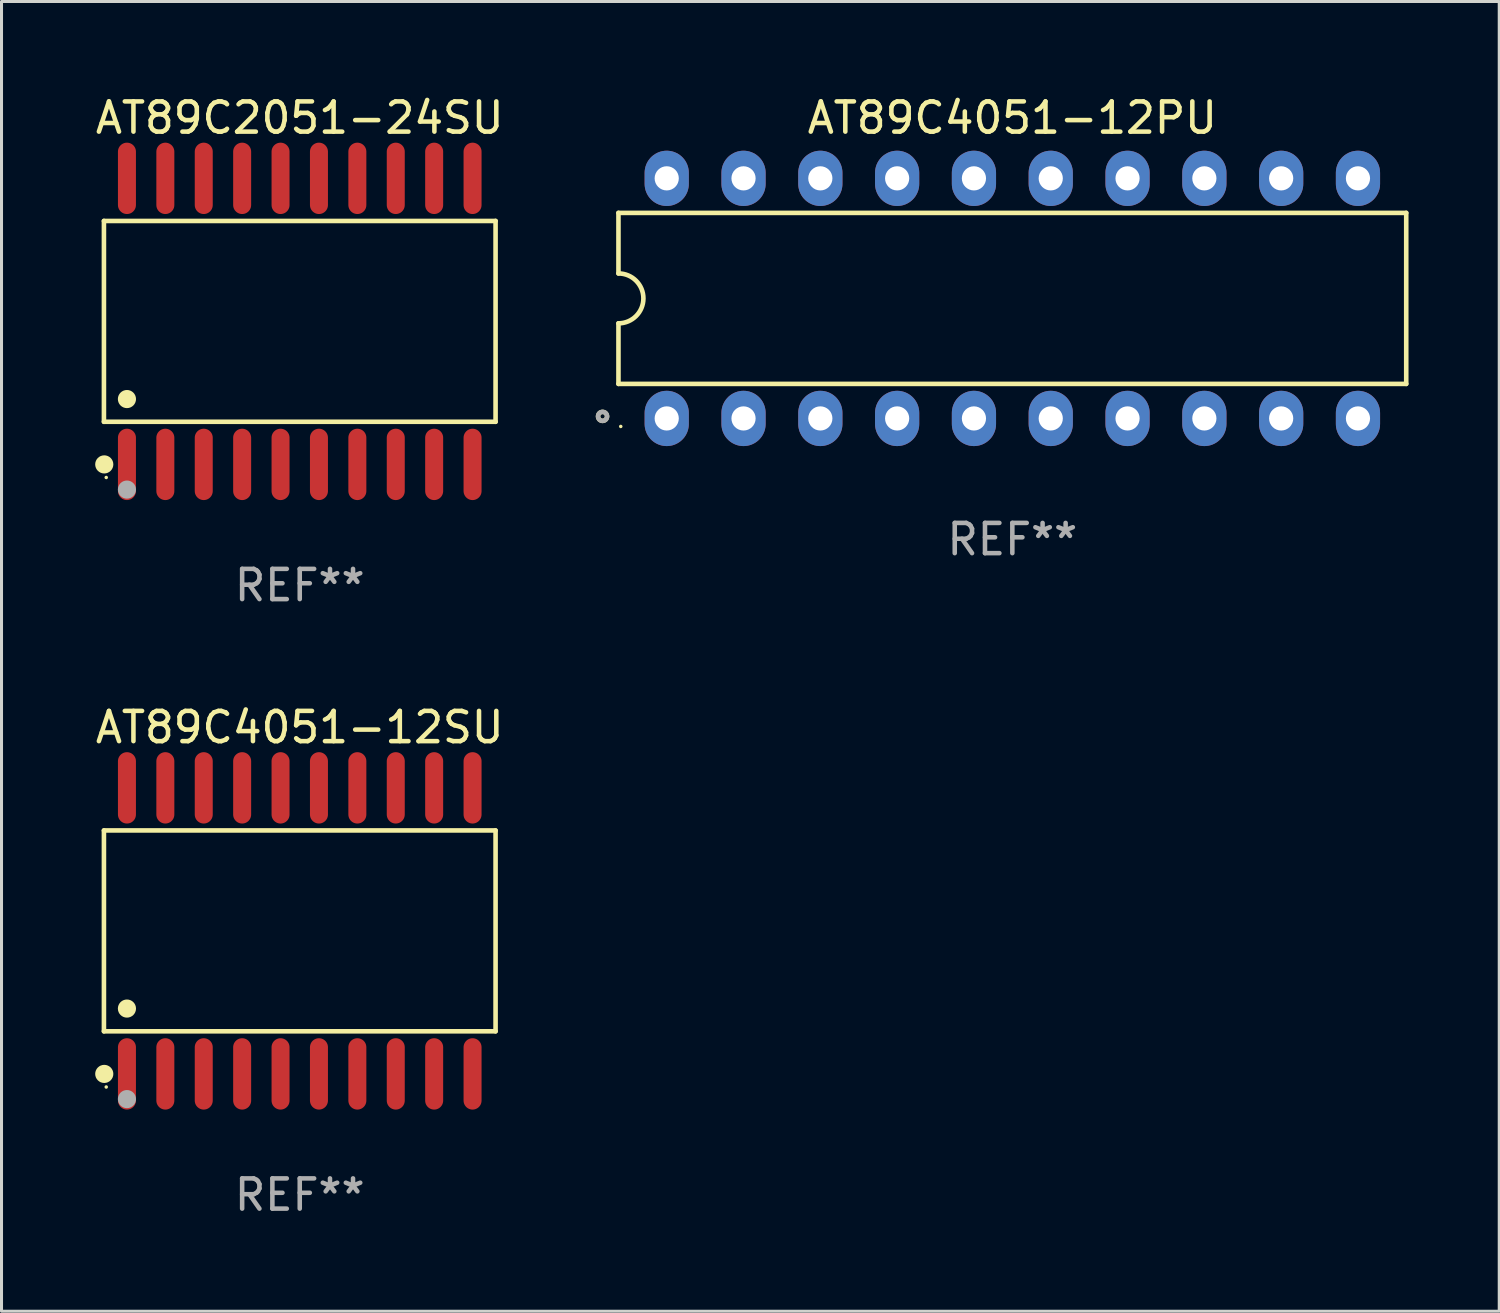
<source format=kicad_pcb>
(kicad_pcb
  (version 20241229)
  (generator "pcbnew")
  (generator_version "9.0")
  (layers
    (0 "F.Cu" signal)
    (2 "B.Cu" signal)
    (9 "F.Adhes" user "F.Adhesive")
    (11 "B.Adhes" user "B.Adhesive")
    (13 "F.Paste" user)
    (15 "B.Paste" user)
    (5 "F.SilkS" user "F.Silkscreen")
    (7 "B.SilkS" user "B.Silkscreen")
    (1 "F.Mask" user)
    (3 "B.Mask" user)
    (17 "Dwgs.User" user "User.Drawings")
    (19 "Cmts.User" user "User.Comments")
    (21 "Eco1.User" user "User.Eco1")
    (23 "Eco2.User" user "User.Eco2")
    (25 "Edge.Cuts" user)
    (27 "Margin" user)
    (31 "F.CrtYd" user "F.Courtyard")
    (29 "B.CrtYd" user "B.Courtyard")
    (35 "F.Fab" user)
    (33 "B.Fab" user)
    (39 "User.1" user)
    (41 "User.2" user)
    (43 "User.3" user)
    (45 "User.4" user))
  (footprint "AT89C4051-12PU"
    (layer "F.Cu")
    (at 30.429 6.818)
    (property "Reference" "AT89C4051-12PU" (at 0 -5.97 0) (layer "F.SilkS") (effects (font (size 1 1) (thickness 0.15))))
    (attr through_hole)
    (fp_line (start -13.026 -2.828) (end -13.026 -0.825) (stroke (width 0.152) (type solid)) (layer "F.SilkS"))
    (fp_line (start -13.026 0.825) (end -13.026 2.828) (stroke (width 0.152) (type solid)) (layer "F.SilkS"))
    (fp_line (start -13.026 2.828) (end 13.026 2.828) (stroke (width 0.152) (type solid)) (layer "F.SilkS"))
    (fp_line (start 13.026 -2.828) (end -13.026 -2.828) (stroke (width 0.152) (type solid)) (layer "F.SilkS"))
    (fp_line (start 13.026 2.828) (end 13.026 -2.828) (stroke (width 0.152) (type solid)) (layer "F.SilkS"))
    (fp_arc (start -13.026213 -0.824999) (mid -12.201214 0) (end -13.026213 0.824999) (stroke (width 0.1524) (type solid)) (layer "F.SilkS"))
    (fp_circle (center -13.552 3.902) (end -13.478 3.902) (stroke (width 0.15) (type solid)) (fill no) (layer "F.SilkS"))
    (fp_circle (center -12.95 4.235) (end -12.92 4.235) (stroke (width 0.06) (type solid)) (fill no) (layer "F.SilkS"))
    (fp_circle (center -13.552 3.902) (end -13.478 3.902) (stroke (width 0.15) (type solid)) (fill no) (layer "F.Fab"))
    (fp_text user "REF**" (at 0 7.97 0) (layer "F.Fab") (effects (font (size 1 1) (thickness 0.15))))
    (pad "1" thru_hole oval (at -11.43 3.97) (size 1.462 1.828) (drill 0.8) (layers "*.Cu" "*.Mask"))
    (pad "2" thru_hole oval (at -8.89 3.97) (size 1.462 1.828) (drill 0.8) (layers "*.Cu" "*.Mask"))
    (pad "3" thru_hole oval (at -6.35 3.97) (size 1.462 1.828) (drill 0.8) (layers "*.Cu" "*.Mask"))
    (pad "4" thru_hole oval (at -3.81 3.97) (size 1.462 1.828) (drill 0.8) (layers "*.Cu" "*.Mask"))
    (pad "5" thru_hole oval (at -1.27 3.97) (size 1.462 1.828) (drill 0.8) (layers "*.Cu" "*.Mask"))
    (pad "6" thru_hole oval (at 1.27 3.97) (size 1.462 1.828) (drill 0.8) (layers "*.Cu" "*.Mask"))
    (pad "7" thru_hole oval (at 3.81 3.97) (size 1.462 1.828) (drill 0.8) (layers "*.Cu" "*.Mask"))
    (pad "8" thru_hole oval (at 6.35 3.97) (size 1.462 1.828) (drill 0.8) (layers "*.Cu" "*.Mask"))
    (pad "9" thru_hole oval (at 8.89 3.97) (size 1.462 1.828) (drill 0.8) (layers "*.Cu" "*.Mask"))
    (pad "10" thru_hole oval (at 11.43 3.97) (size 1.462 1.828) (drill 0.8) (layers "*.Cu" "*.Mask"))
    (pad "11" thru_hole oval (at 11.43 -3.97) (size 1.462 1.828) (drill 0.8) (layers "*.Cu" "*.Mask"))
    (pad "12" thru_hole oval (at 8.89 -3.97) (size 1.462 1.828) (drill 0.8) (layers "*.Cu" "*.Mask"))
    (pad "13" thru_hole oval (at 6.35 -3.97) (size 1.462 1.828) (drill 0.8) (layers "*.Cu" "*.Mask"))
    (pad "14" thru_hole oval (at 3.81 -3.97) (size 1.462 1.828) (drill 0.8) (layers "*.Cu" "*.Mask"))
    (pad "15" thru_hole oval (at 1.27 -3.97) (size 1.462 1.828) (drill 0.8) (layers "*.Cu" "*.Mask"))
    (pad "16" thru_hole oval (at -1.27 -3.97) (size 1.462 1.828) (drill 0.8) (layers "*.Cu" "*.Mask"))
    (pad "17" thru_hole oval (at -3.81 -3.97) (size 1.462 1.828) (drill 0.8) (layers "*.Cu" "*.Mask"))
    (pad "18" thru_hole oval (at -6.35 -3.97) (size 1.462 1.828) (drill 0.8) (layers "*.Cu" "*.Mask"))
    (pad "19" thru_hole oval (at -8.89 -3.97) (size 1.462 1.828) (drill 0.8) (layers "*.Cu" "*.Mask"))
    (pad "20" thru_hole oval (at -11.43 -3.97) (size 1.462 1.828) (drill 0.8) (layers "*.Cu" "*.Mask")))
  (footprint "AT89C2051-24SU"
    (layer "F.Cu")
    (at 6.863 7.578)
    (property "Reference" "AT89C2051-24SU" (at 0 -6.73 0) (layer "F.SilkS") (effects (font (size 1 1) (thickness 0.15))))
    (attr through_hole)
    (fp_line (start -6.476 -3.321) (end 6.476 -3.321) (stroke (width 0.152) (type solid)) (layer "F.SilkS"))
    (fp_line (start -6.476 3.321) (end -6.476 -3.321) (stroke (width 0.152) (type solid)) (layer "F.SilkS"))
    (fp_line (start 6.476 -3.321) (end 6.476 3.321) (stroke (width 0.152) (type solid)) (layer "F.SilkS"))
    (fp_line (start 6.476 3.321) (end -6.476 3.321) (stroke (width 0.152) (type solid)) (layer "F.SilkS"))
    (fp_circle (center -6.465 4.73) (end -6.315 4.73) (stroke (width 0.3) (type solid)) (fill no) (layer "F.SilkS"))
    (fp_circle (center -6.4 5.163) (end -6.37 5.163) (stroke (width 0.06) (type solid)) (fill no) (layer "F.SilkS"))
    (fp_circle (center -5.715 2.569) (end -5.565 2.569) (stroke (width 0.3) (type solid)) (fill no) (layer "F.SilkS"))
    (fp_circle (center -5.715 5.563) (end -5.565 5.563) (stroke (width 0.3) (type solid)) (fill no) (layer "F.Fab"))
    (fp_text user "REF**" (at 0 8.73 0) (layer "F.Fab") (effects (font (size 1 1) (thickness 0.15))))
    (pad "1" smd oval (at -5.715 4.73) (size 0.595 2.36) (layers "F.Cu" "F.Mask" "F.Paste"))
    (pad "2" smd oval (at -4.445 4.73) (size 0.595 2.36) (layers "F.Cu" "F.Mask" "F.Paste"))
    (pad "3" smd oval (at -3.175 4.73) (size 0.595 2.36) (layers "F.Cu" "F.Mask" "F.Paste"))
    (pad "4" smd oval (at -1.905 4.73) (size 0.595 2.36) (layers "F.Cu" "F.Mask" "F.Paste"))
    (pad "5" smd oval (at -0.635 4.73) (size 0.595 2.36) (layers "F.Cu" "F.Mask" "F.Paste"))
    (pad "6" smd oval (at 0.635 4.73) (size 0.595 2.36) (layers "F.Cu" "F.Mask" "F.Paste"))
    (pad "7" smd oval (at 1.905 4.73) (size 0.595 2.36) (layers "F.Cu" "F.Mask" "F.Paste"))
    (pad "8" smd oval (at 3.175 4.73) (size 0.595 2.36) (layers "F.Cu" "F.Mask" "F.Paste"))
    (pad "9" smd oval (at 4.445 4.73) (size 0.595 2.36) (layers "F.Cu" "F.Mask" "F.Paste"))
    (pad "10" smd oval (at 5.715 4.73) (size 0.595 2.36) (layers "F.Cu" "F.Mask" "F.Paste"))
    (pad "11" smd oval (at 5.715 -4.73) (size 0.595 2.36) (layers "F.Cu" "F.Mask" "F.Paste"))
    (pad "12" smd oval (at 4.445 -4.73) (size 0.595 2.36) (layers "F.Cu" "F.Mask" "F.Paste"))
    (pad "13" smd oval (at 3.175 -4.73) (size 0.595 2.36) (layers "F.Cu" "F.Mask" "F.Paste"))
    (pad "14" smd oval (at 1.905 -4.73) (size 0.595 2.36) (layers "F.Cu" "F.Mask" "F.Paste"))
    (pad "15" smd oval (at 0.635 -4.73) (size 0.595 2.36) (layers "F.Cu" "F.Mask" "F.Paste"))
    (pad "16" smd oval (at -0.635 -4.73) (size 0.595 2.36) (layers "F.Cu" "F.Mask" "F.Paste"))
    (pad "17" smd oval (at -1.905 -4.73) (size 0.595 2.36) (layers "F.Cu" "F.Mask" "F.Paste"))
    (pad "18" smd oval (at -3.175 -4.73) (size 0.595 2.36) (layers "F.Cu" "F.Mask" "F.Paste"))
    (pad "19" smd oval (at -4.445 -4.73) (size 0.595 2.36) (layers "F.Cu" "F.Mask" "F.Paste"))
    (pad "20" smd oval (at -5.715 -4.73) (size 0.595 2.36) (layers "F.Cu" "F.Mask" "F.Paste")))
  (footprint "AT89C4051-12SU"
    (layer "F.Cu")
    (at 6.863 27.735)
    (property "Reference" "AT89C4051-12SU" (at 0 -6.73 0) (layer "F.SilkS") (effects (font (size 1 1) (thickness 0.15))))
    (attr through_hole)
    (fp_line (start -6.476 -3.321) (end 6.476 -3.321) (stroke (width 0.152) (type solid)) (layer "F.SilkS"))
    (fp_line (start -6.476 3.321) (end -6.476 -3.321) (stroke (width 0.152) (type solid)) (layer "F.SilkS"))
    (fp_line (start 6.476 -3.321) (end 6.476 3.321) (stroke (width 0.152) (type solid)) (layer "F.SilkS"))
    (fp_line (start 6.476 3.321) (end -6.476 3.321) (stroke (width 0.152) (type solid)) (layer "F.SilkS"))
    (fp_circle (center -6.465 4.73) (end -6.315 4.73) (stroke (width 0.3) (type solid)) (fill no) (layer "F.SilkS"))
    (fp_circle (center -6.4 5.163) (end -6.37 5.163) (stroke (width 0.06) (type solid)) (fill no) (layer "F.SilkS"))
    (fp_circle (center -5.715 2.569) (end -5.565 2.569) (stroke (width 0.3) (type solid)) (fill no) (layer "F.SilkS"))
    (fp_circle (center -5.715 5.563) (end -5.565 5.563) (stroke (width 0.3) (type solid)) (fill no) (layer "F.Fab"))
    (fp_text user "REF**" (at 0 8.73 0) (layer "F.Fab") (effects (font (size 1 1) (thickness 0.15))))
    (pad "1" smd oval (at -5.715 4.73) (size 0.595 2.36) (layers "F.Cu" "F.Mask" "F.Paste"))
    (pad "2" smd oval (at -4.445 4.73) (size 0.595 2.36) (layers "F.Cu" "F.Mask" "F.Paste"))
    (pad "3" smd oval (at -3.175 4.73) (size 0.595 2.36) (layers "F.Cu" "F.Mask" "F.Paste"))
    (pad "4" smd oval (at -1.905 4.73) (size 0.595 2.36) (layers "F.Cu" "F.Mask" "F.Paste"))
    (pad "5" smd oval (at -0.635 4.73) (size 0.595 2.36) (layers "F.Cu" "F.Mask" "F.Paste"))
    (pad "6" smd oval (at 0.635 4.73) (size 0.595 2.36) (layers "F.Cu" "F.Mask" "F.Paste"))
    (pad "7" smd oval (at 1.905 4.73) (size 0.595 2.36) (layers "F.Cu" "F.Mask" "F.Paste"))
    (pad "8" smd oval (at 3.175 4.73) (size 0.595 2.36) (layers "F.Cu" "F.Mask" "F.Paste"))
    (pad "9" smd oval (at 4.445 4.73) (size 0.595 2.36) (layers "F.Cu" "F.Mask" "F.Paste"))
    (pad "10" smd oval (at 5.715 4.73) (size 0.595 2.36) (layers "F.Cu" "F.Mask" "F.Paste"))
    (pad "11" smd oval (at 5.715 -4.73) (size 0.595 2.36) (layers "F.Cu" "F.Mask" "F.Paste"))
    (pad "12" smd oval (at 4.445 -4.73) (size 0.595 2.36) (layers "F.Cu" "F.Mask" "F.Paste"))
    (pad "13" smd oval (at 3.175 -4.73) (size 0.595 2.36) (layers "F.Cu" "F.Mask" "F.Paste"))
    (pad "14" smd oval (at 1.905 -4.73) (size 0.595 2.36) (layers "F.Cu" "F.Mask" "F.Paste"))
    (pad "15" smd oval (at 0.635 -4.73) (size 0.595 2.36) (layers "F.Cu" "F.Mask" "F.Paste"))
    (pad "16" smd oval (at -0.635 -4.73) (size 0.595 2.36) (layers "F.Cu" "F.Mask" "F.Paste"))
    (pad "17" smd oval (at -1.905 -4.73) (size 0.595 2.36) (layers "F.Cu" "F.Mask" "F.Paste"))
    (pad "18" smd oval (at -3.175 -4.73) (size 0.595 2.36) (layers "F.Cu" "F.Mask" "F.Paste"))
    (pad "19" smd oval (at -4.445 -4.73) (size 0.595 2.36) (layers "F.Cu" "F.Mask" "F.Paste"))
    (pad "20" smd oval (at -5.715 -4.73) (size 0.595 2.36) (layers "F.Cu" "F.Mask" "F.Paste")))
  (gr_rect
    (start -3 -3)
    (end 46.531 40.313)
    (stroke (width 0.1) (type default))
    (fill no)
    (layer "Edge.Cuts")))
</source>
